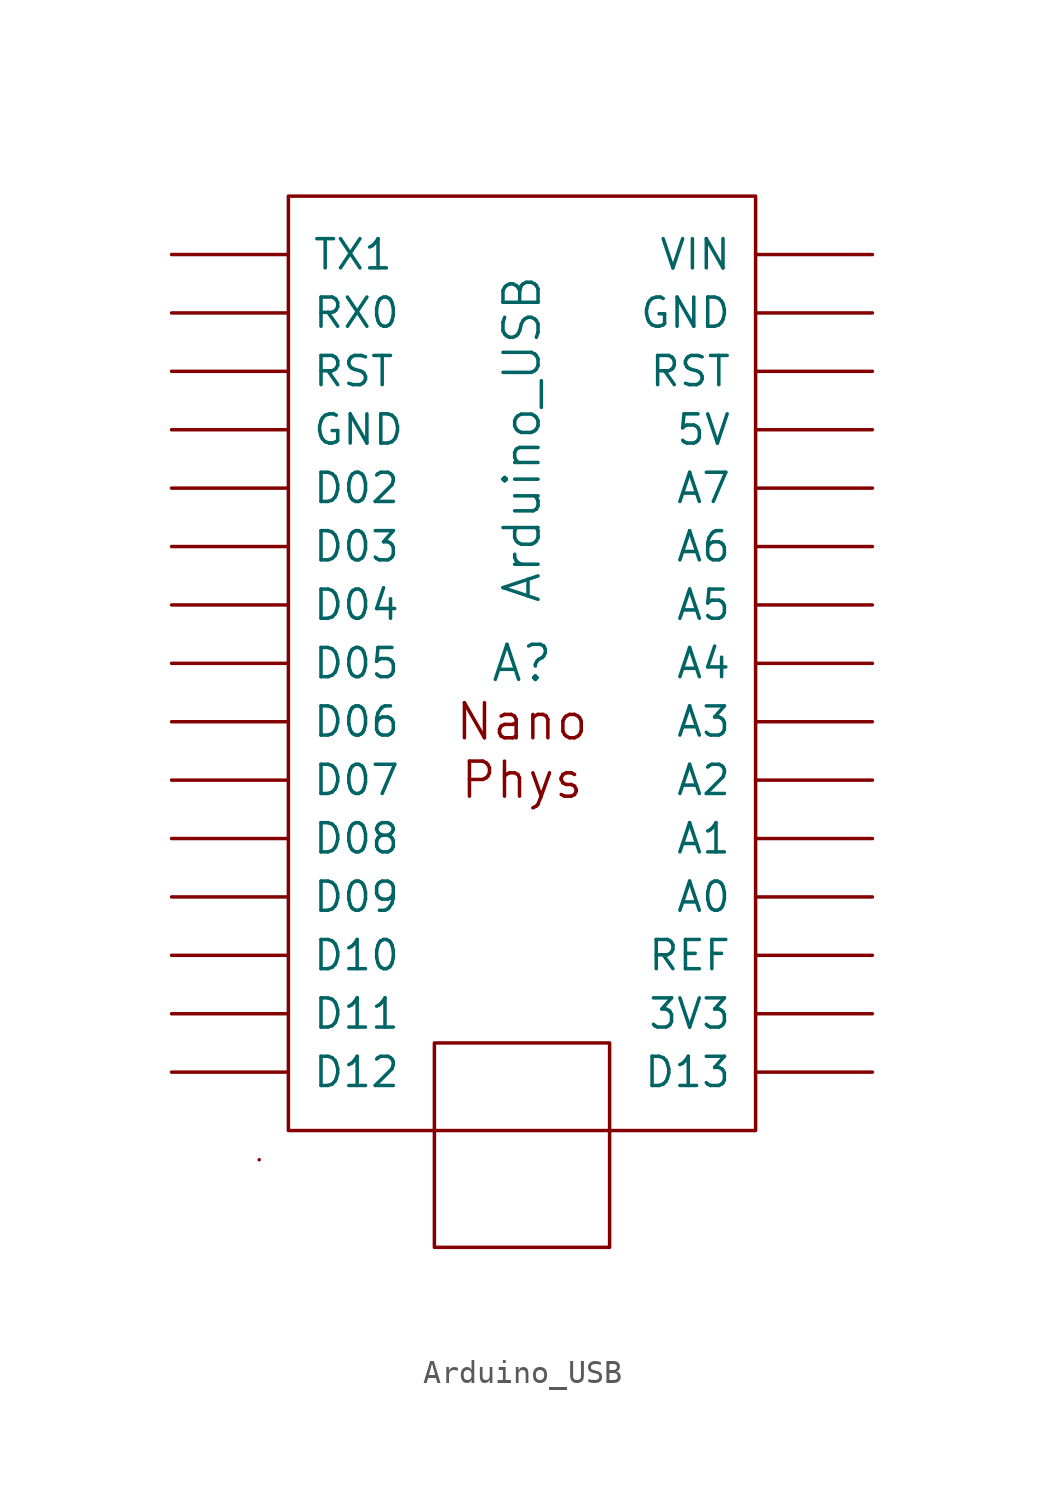
<source format=kicad_sym>
(kicad_symbol_lib
  (version 20231120)
  (generator "kicad_symbol_editor")
  (generator_version "8.0")
  (symbol "Arduino_USB"
    (pin_names
      (offset 1.016))
    (property "Reference" "A"
      (at 0 0 0)
      (effects (font (size 1.524 1.524))))
    (property "Value" "Arduino_USB"
      (at 0 2.54 90)
      (effects (font (size 1.524 1.524)) (justify left)))
    (property "Footprint" ""
      (at 0 0 0)
      (effects (font (size 1.524 1.524))))
    (property "Datasheet" ""
      (at 0 0 0)
      (effects (font (size 1.524 1.524))))
    (symbol "Arduino_USB_0_0"
      (rectangle (start -10.16 20.32) (end 10.16 -20.32) (stroke (width 0) (type solid)) (fill (type none)))
      (text "Nano" (at 0 -2.54 0) (effects (font (size 1.524 1.524))))
      (text "Phys" (at 0 -5.08 0) (effects (font (size 1.524 1.524)))))
    (symbol "Arduino_USB_0_1"
      (rectangle (start -11.43 -21.59) (end -11.43 -21.59) (stroke (width 0) (type solid)) (fill (type none)))
      (rectangle (start 3.81 -25.4) (end -3.81 -16.51) (stroke (width 0) (type solid)) (fill (type none))))
    (symbol "Arduino_USB_1_1"
      (pin input line (at 15.24 -15.24 180) (length 5.08) (name "3V3" (effects (font (size 1.27 1.27)))) (number "~" (effects (font (size 1.27 1.27)))))
      (pin input line (at 15.24 10.16 180) (length 5.08) (name "5V" (effects (font (size 1.27 1.27)))) (number "~" (effects (font (size 1.27 1.27)))))
      (pin input line (at 15.24 -10.16 180) (length 5.08) (name "A0" (effects (font (size 1.27 1.27)))) (number "~" (effects (font (size 1.27 1.27)))))
      (pin input line (at 15.24 -7.62 180) (length 5.08) (name "A1" (effects (font (size 1.27 1.27)))) (number "~" (effects (font (size 1.27 1.27)))))
      (pin input line (at 15.24 -5.08 180) (length 5.08) (name "A2" (effects (font (size 1.27 1.27)))) (number "~" (effects (font (size 1.27 1.27)))))
      (pin input line (at 15.24 -2.54 180) (length 5.08) (name "A3" (effects (font (size 1.27 1.27)))) (number "~" (effects (font (size 1.27 1.27)))))
      (pin input line (at 15.24 0 180) (length 5.08) (name "A4" (effects (font (size 1.27 1.27)))) (number "~" (effects (font (size 1.27 1.27)))))
      (pin input line (at 15.24 2.54 180) (length 5.08) (name "A5" (effects (font (size 1.27 1.27)))) (number "~" (effects (font (size 1.27 1.27)))))
      (pin input line (at 15.24 5.08 180) (length 5.08) (name "A6" (effects (font (size 1.27 1.27)))) (number "~" (effects (font (size 1.27 1.27)))))
      (pin input line (at 15.24 7.62 180) (length 5.08) (name "A7" (effects (font (size 1.27 1.27)))) (number "~" (effects (font (size 1.27 1.27)))))
      (pin input line (at -15.24 7.62 0) (length 5.08) (name "D02" (effects (font (size 1.27 1.27)))) (number "~" (effects (font (size 1.27 1.27)))))
      (pin input line (at -15.24 5.08 0) (length 5.08) (name "D03" (effects (font (size 1.27 1.27)))) (number "~" (effects (font (size 1.27 1.27)))))
      (pin input line (at -15.24 2.54 0) (length 5.08) (name "D04" (effects (font (size 1.27 1.27)))) (number "~" (effects (font (size 1.27 1.27)))))
      (pin input line (at -15.24 0 0) (length 5.08) (name "D05" (effects (font (size 1.27 1.27)))) (number "~" (effects (font (size 1.27 1.27)))))
      (pin input line (at -15.24 -2.54 0) (length 5.08) (name "D06" (effects (font (size 1.27 1.27)))) (number "~" (effects (font (size 1.27 1.27)))))
      (pin input line (at -15.24 -5.08 0) (length 5.08) (name "D07" (effects (font (size 1.27 1.27)))) (number "~" (effects (font (size 1.27 1.27)))))
      (pin input line (at -15.24 -7.62 0) (length 5.08) (name "D08" (effects (font (size 1.27 1.27)))) (number "~" (effects (font (size 1.27 1.27)))))
      (pin input line (at -15.24 -10.16 0) (length 5.08) (name "D09" (effects (font (size 1.27 1.27)))) (number "~" (effects (font (size 1.27 1.27)))))
      (pin input line (at -15.24 -12.7 0) (length 5.08) (name "D10" (effects (font (size 1.27 1.27)))) (number "~" (effects (font (size 1.27 1.27)))))
      (pin input line (at -15.24 -15.24 0) (length 5.08) (name "D11" (effects (font (size 1.27 1.27)))) (number "~" (effects (font (size 1.27 1.27)))))
      (pin input line (at -15.24 -17.78 0) (length 5.08) (name "D12" (effects (font (size 1.27 1.27)))) (number "~" (effects (font (size 1.27 1.27)))))
      (pin input line (at 15.24 -17.78 180) (length 5.08) (name "D13" (effects (font (size 1.27 1.27)))) (number "~" (effects (font (size 1.27 1.27)))))
      (pin input line (at -15.24 10.16 0) (length 5.08) (name "GND" (effects (font (size 1.27 1.27)))) (number "~" (effects (font (size 1.27 1.27)))))
      (pin input line (at 15.24 15.24 180) (length 5.08) (name "GND" (effects (font (size 1.27 1.27)))) (number "~" (effects (font (size 1.27 1.27)))))
      (pin input line (at 15.24 -12.7 180) (length 5.08) (name "REF" (effects (font (size 1.27 1.27)))) (number "~" (effects (font (size 1.27 1.27)))))
      (pin input line (at -15.24 12.7 0) (length 5.08) (name "RST" (effects (font (size 1.27 1.27)))) (number "~" (effects (font (size 1.27 1.27)))))
      (pin input line (at 15.24 12.7 180) (length 5.08) (name "RST" (effects (font (size 1.27 1.27)))) (number "~" (effects (font (size 1.27 1.27)))))
      (pin input line (at -15.24 15.24 0) (length 5.08) (name "RX0" (effects (font (size 1.27 1.27)))) (number "~" (effects (font (size 1.27 1.27)))))
      (pin input line (at -15.24 17.78 0) (length 5.08) (name "TX1" (effects (font (size 1.27 1.27)))) (number "~" (effects (font (size 1.27 1.27)))))
      (pin input line (at 15.24 17.78 180) (length 5.08) (name "VIN" (effects (font (size 1.27 1.27)))) (number "~" (effects (font (size 1.27 1.27))))))))
</source>
